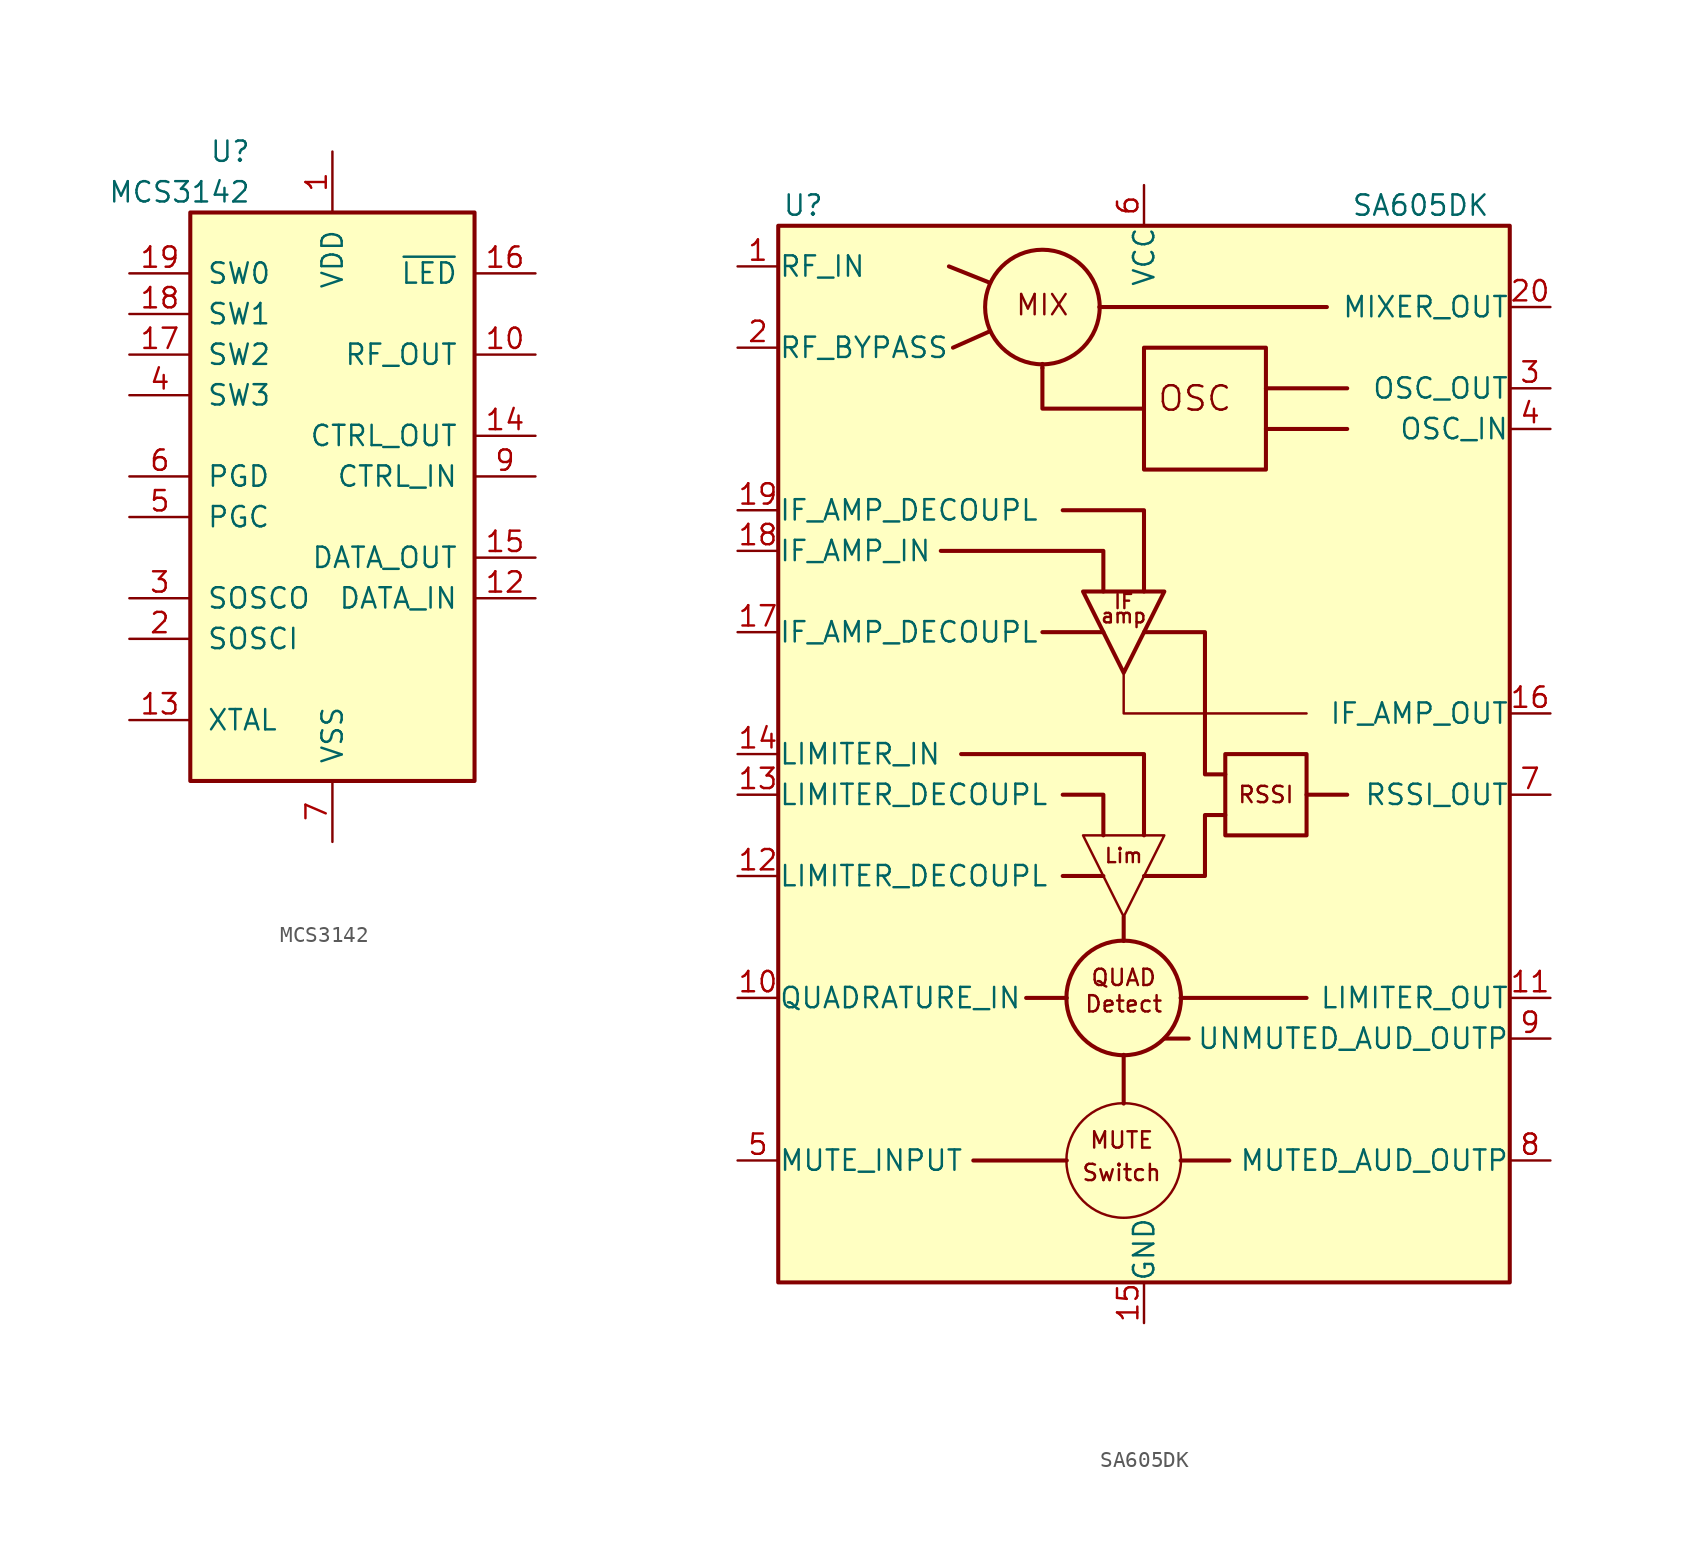
<source format=kicad_sym>
(kicad_symbol_lib
  (version 20201005)
  (generator kicad_symbol_editor)
  (symbol "MCS3142"
    (pin_names
      (offset 1.016))
    (property "Reference" "U"
      (at -5.08 22.86 0)
      (effects (font (size 1.27 1.27)) (justify right)))
    (property "Value" "MCS3142"
      (at -5.08 20.32 0)
      (effects (font (size 1.27 1.27)) (justify right)))
    (symbol "MCS3142_0_1"
      (rectangle (start -8.89 19.05) (end 8.89 -16.51) (stroke (width 0.254)) (fill (type background))))
    (symbol "MCS3142_1_1"
      (pin power_in line (at 0 22.86 270) (length 3.81) (name "VDD" (effects (font (size 1.27 1.27)))) (number "1" (effects (font (size 1.27 1.27)))))
      (pin output line (at 12.7 10.16 180) (length 3.81) (name "RF_OUT" (effects (font (size 1.27 1.27)))) (number "10" (effects (font (size 1.27 1.27)))))
      (pin passive line (at 0 -20.32 90) (length 3.81) hide (name "VSS" (effects (font (size 1.27 1.27)))) (number "11" (effects (font (size 1.27 1.27)))))
      (pin input line (at 12.7 -5.08 180) (length 3.81) (name "DATA_IN" (effects (font (size 1.27 1.27)))) (number "12" (effects (font (size 1.27 1.27)))))
      (pin input line (at -12.7 -12.7 0) (length 3.81) (name "XTAL" (effects (font (size 1.27 1.27)))) (number "13" (effects (font (size 1.27 1.27)))))
      (pin output line (at 12.7 5.08 180) (length 3.81) (name "CTRL_OUT" (effects (font (size 1.27 1.27)))) (number "14" (effects (font (size 1.27 1.27)))))
      (pin output line (at 12.7 -2.54 180) (length 3.81) (name "DATA_OUT" (effects (font (size 1.27 1.27)))) (number "15" (effects (font (size 1.27 1.27)))))
      (pin output line (at 12.7 15.24 180) (length 3.81) (name "~LED" (effects (font (size 1.27 1.27)))) (number "16" (effects (font (size 1.27 1.27)))))
      (pin input line (at -12.7 10.16 0) (length 3.81) (name "SW2" (effects (font (size 1.27 1.27)))) (number "17" (effects (font (size 1.27 1.27)))))
      (pin input line (at -12.7 12.7 0) (length 3.81) (name "SW1" (effects (font (size 1.27 1.27)))) (number "18" (effects (font (size 1.27 1.27)))))
      (pin input line (at -12.7 15.24 0) (length 3.81) (name "SW0" (effects (font (size 1.27 1.27)))) (number "19" (effects (font (size 1.27 1.27)))))
      (pin input line (at -12.7 -7.62 0) (length 3.81) (name "SOSCI" (effects (font (size 1.27 1.27)))) (number "2" (effects (font (size 1.27 1.27)))))
      (pin passive line (at 0 -20.32 90) (length 3.81) hide (name "VSS" (effects (font (size 1.27 1.27)))) (number "20" (effects (font (size 1.27 1.27)))))
      (pin output line (at -12.7 -5.08 0) (length 3.81) (name "SOSCO" (effects (font (size 1.27 1.27)))) (number "3" (effects (font (size 1.27 1.27)))))
      (pin input line (at -12.7 7.62 0) (length 3.81) (name "SW3" (effects (font (size 1.27 1.27)))) (number "4" (effects (font (size 1.27 1.27)))))
      (pin input line (at -12.7 0 0) (length 3.81) (name "PGC" (effects (font (size 1.27 1.27)))) (number "5" (effects (font (size 1.27 1.27)))))
      (pin bidirectional line (at -12.7 2.54 0) (length 3.81) (name "PGD" (effects (font (size 1.27 1.27)))) (number "6" (effects (font (size 1.27 1.27)))))
      (pin power_in line (at 0 -20.32 90) (length 3.81) (name "VSS" (effects (font (size 1.27 1.27)))) (number "7" (effects (font (size 1.27 1.27)))))
      (pin passive line (at 0 22.86 270) (length 3.81) hide (name "VDD" (effects (font (size 1.27 1.27)))) (number "8" (effects (font (size 1.27 1.27)))))
      (pin input line (at 12.7 2.54 180) (length 3.81) (name "CTRL_IN" (effects (font (size 1.27 1.27)))) (number "9" (effects (font (size 1.27 1.27)))))))
  (symbol "SA605DK"
    (pin_names
      (offset 0.025))
    (property "Reference" "U"
      (at -22.606 24.13 0)
      (effects (font (size 1.27 1.27)) (justify left)))
    (property "Value" "SA605DK"
      (at 12.954 24.13 0)
      (effects (font (size 1.27 1.27)) (justify left)))
    (symbol "SA605DK_0_0"
      (circle (center -1.27 -35.56) (radius 3.581) (stroke (width 0)) (fill (type none)))
      (circle (center -1.27 -25.4) (radius 3.581) (stroke (width 0.254)) (fill (type none)))
      (text "amp" (at -1.27 -1.524 0) (effects (font (size 0.889 0.889))))
      (text "Detect" (at -1.27 -25.781 0) (effects (font (size 1.016 1.016))))
      (text "IF" (at -1.27 -0.635 0) (effects (font (size 0.889 0.889))))
      (text "Lim" (at -1.27 -16.51 0) (effects (font (size 0.889 0.889))))
      (text "MIX" (at -6.35 17.907 0) (effects (font (size 1.27 1.27))))
      (text "MUTE" (at -1.397 -34.29 0) (effects (font (size 1.016 1.016))))
      (text "OSC" (at 3.175 12.065 0) (effects (font (size 1.524 1.524))))
      (text "QUAD" (at -1.27 -24.13 0) (effects (font (size 1.016 1.016))))
      (text "RSSI" (at 7.62 -12.7 0) (effects (font (size 1.016 1.016))))
      (text "Switch" (at -1.397 -36.322 0) (effects (font (size 1.016 1.016))))
      (polyline (pts (xy -12.192 20.32) (xy -9.652 19.304)) (stroke (width 0.254)) (fill (type none)))
      (polyline (pts (xy -11.938 15.24) (xy -9.652 16.256)) (stroke (width 0.254)) (fill (type none)))
      (polyline (pts (xy -6.35 -2.54) (xy -2.54 -2.54)) (stroke (width 0.254)) (fill (type none)))
      (polyline (pts (xy -6.35 13.97) (xy -6.35 14.224)) (stroke (width 0.254)) (fill (type none)))
      (polyline (pts (xy -4.826 -35.56) (xy -10.668 -35.56)) (stroke (width 0.254)) (fill (type none)))
      (polyline (pts (xy -4.826 -25.4) (xy -7.366 -25.4)) (stroke (width 0.254)) (fill (type none)))
      (polyline (pts (xy -2.54 -17.78) (xy -5.08 -17.78)) (stroke (width 0.254)) (fill (type none)))
      (polyline (pts (xy -2.54 17.78) (xy -2.794 17.78)) (stroke (width 0.254)) (fill (type none)))
      (polyline (pts (xy -1.27 -28.956) (xy -1.27 -32.004)) (stroke (width 0.254)) (fill (type none)))
      (polyline (pts (xy -1.27 -20.32) (xy -1.27 -21.844)) (stroke (width 0.254)) (fill (type none)))
      (polyline (pts (xy 1.27 -27.94) (xy 2.794 -27.94)) (stroke (width 0.254)) (fill (type none)))
      (polyline (pts (xy 2.286 -35.56) (xy 5.334 -35.56)) (stroke (width 0.254)) (fill (type none)))
      (polyline (pts (xy 2.286 -25.4) (xy 10.16 -25.4)) (stroke (width 0.254)) (fill (type none)))
      (polyline (pts (xy 7.62 10.16) (xy 12.7 10.16)) (stroke (width 0.254)) (fill (type none)))
      (polyline (pts (xy 10.16 -12.7) (xy 12.7 -12.7)) (stroke (width 0.254)) (fill (type none)))
      (polyline (pts (xy 11.43 17.78) (xy -2.54 17.78)) (stroke (width 0.254)) (fill (type none)))
      (polyline (pts (xy 12.7 12.7) (xy 7.62 12.7)) (stroke (width 0.254)) (fill (type none)))
      (polyline (pts (xy -12.7 2.54) (xy -2.54 2.54) (xy -2.54 0)) (stroke (width 0.254)) (fill (type none)))
      (polyline (pts (xy -11.43 -10.16) (xy 0 -10.16) (xy 0 -15.24)) (stroke (width 0.254)) (fill (type none)))
      (polyline (pts (xy -5.08 5.08) (xy 0 5.08) (xy 0 0)) (stroke (width 0.254)) (fill (type none)))
      (polyline (pts (xy -2.54 -15.24) (xy -2.54 -12.7) (xy -5.08 -12.7)) (stroke (width 0.254)) (fill (type none)))
      (polyline (pts (xy 0 11.43) (xy -6.35 11.43) (xy -6.35 13.97)) (stroke (width 0.254)) (fill (type none)))
      (polyline (pts (xy 0 -17.78) (xy 3.81 -17.78) (xy 3.81 -13.97) (xy 5.08 -13.97)) (stroke (width 0.254)) (fill (type none)))
      (polyline (pts (xy 0 -2.54) (xy 3.81 -2.54) (xy 3.81 -11.43) (xy 5.08 -11.43)) (stroke (width 0.254)) (fill (type none)))
      (polyline (pts (xy 1.27 -15.24) (xy -3.81 -15.24) (xy -1.27 -20.32) (xy 1.27 -15.24) (xy 1.27 -15.24)) (stroke (width 0)) (fill (type background)))
      (polyline (pts (xy 1.27 0) (xy -3.81 0) (xy -1.27 -5.08) (xy 1.27 0) (xy 1.27 0)) (stroke (width 0.254)) (fill (type background))))
    (symbol "SA605DK_0_1"
      (circle (center -6.35 17.78) (radius 3.581) (stroke (width 0.254)) (fill (type none)))
      (rectangle (start -22.86 22.86) (end 22.86 -43.18) (stroke (width 0.254)) (fill (type background)))
      (rectangle (start 0 15.24) (end 7.62 7.62) (stroke (width 0.254)) (fill (type none)))
      (rectangle (start 5.08 -10.16) (end 10.16 -15.24) (stroke (width 0.254)) (fill (type none)))
      (polyline (pts (xy -1.27 -5.08) (xy -1.27 -7.62) (xy 10.16 -7.62)) (stroke (width 0)) (fill (type none))))
    (symbol "SA605DK_1_1"
      (pin input line (at -25.4 20.32 0) (length 2.54) (name "RF_IN" (effects (font (size 1.27 1.27)))) (number "1" (effects (font (size 1.27 1.27)))))
      (pin input line (at -25.4 -25.4 0) (length 2.54) (name "QUADRATURE_IN" (effects (font (size 1.27 1.27)))) (number "10" (effects (font (size 1.27 1.27)))))
      (pin output line (at 25.4 -25.4 180) (length 2.54) (name "LIMITER_OUT" (effects (font (size 1.27 1.27)))) (number "11" (effects (font (size 1.27 1.27)))))
      (pin input line (at -25.4 -17.78 0) (length 2.54) (name "LIMITER_DECOUPL" (effects (font (size 1.27 1.27)))) (number "12" (effects (font (size 1.27 1.27)))))
      (pin input line (at -25.4 -12.7 0) (length 2.54) (name "LIMITER_DECOUPL" (effects (font (size 1.27 1.27)))) (number "13" (effects (font (size 1.27 1.27)))))
      (pin input line (at -25.4 -10.16 0) (length 2.54) (name "LIMITER_IN" (effects (font (size 1.27 1.27)))) (number "14" (effects (font (size 1.27 1.27)))))
      (pin power_in line (at 0 -45.72 90) (length 2.54) (name "GND" (effects (font (size 1.27 1.27)))) (number "15" (effects (font (size 1.27 1.27)))))
      (pin output line (at 25.4 -7.62 180) (length 2.54) (name "IF_AMP_OUT" (effects (font (size 1.27 1.27)))) (number "16" (effects (font (size 1.27 1.27)))))
      (pin input line (at -25.4 -2.54 0) (length 2.54) (name "IF_AMP_DECOUPL" (effects (font (size 1.27 1.27)))) (number "17" (effects (font (size 1.27 1.27)))))
      (pin input line (at -25.4 2.54 0) (length 2.54) (name "IF_AMP_IN" (effects (font (size 1.27 1.27)))) (number "18" (effects (font (size 1.27 1.27)))))
      (pin input line (at -25.4 5.08 0) (length 2.54) (name "IF_AMP_DECOUPL" (effects (font (size 1.27 1.27)))) (number "19" (effects (font (size 1.27 1.27)))))
      (pin input line (at -25.4 15.24 0) (length 2.54) (name "RF_BYPASS" (effects (font (size 1.27 1.27)))) (number "2" (effects (font (size 1.27 1.27)))))
      (pin output line (at 25.4 17.78 180) (length 2.54) (name "MIXER_OUT" (effects (font (size 1.27 1.27)))) (number "20" (effects (font (size 1.27 1.27)))))
      (pin output line (at 25.4 12.7 180) (length 2.54) (name "OSC_OUT" (effects (font (size 1.27 1.27)))) (number "3" (effects (font (size 1.27 1.27)))))
      (pin input line (at 25.4 10.16 180) (length 2.54) (name "OSC_IN" (effects (font (size 1.27 1.27)))) (number "4" (effects (font (size 1.27 1.27)))))
      (pin input line (at -25.4 -35.56 0) (length 2.54) (name "MUTE_INPUT" (effects (font (size 1.27 1.27)))) (number "5" (effects (font (size 1.27 1.27)))))
      (pin power_in line (at 0 25.4 270) (length 2.54) (name "VCC" (effects (font (size 1.27 1.27)))) (number "6" (effects (font (size 1.27 1.27)))))
      (pin output line (at 25.4 -12.7 180) (length 2.54) (name "RSSI_OUT" (effects (font (size 1.27 1.27)))) (number "7" (effects (font (size 1.27 1.27)))))
      (pin output line (at 25.4 -35.56 180) (length 2.54) (name "MUTED_AUD_OUTP" (effects (font (size 1.27 1.27)))) (number "8" (effects (font (size 1.27 1.27)))))
      (pin output line (at 25.4 -27.94 180) (length 2.54) (name "UNMUTED_AUD_OUTP" (effects (font (size 1.27 1.27)))) (number "9" (effects (font (size 1.27 1.27))))))))
</source>
